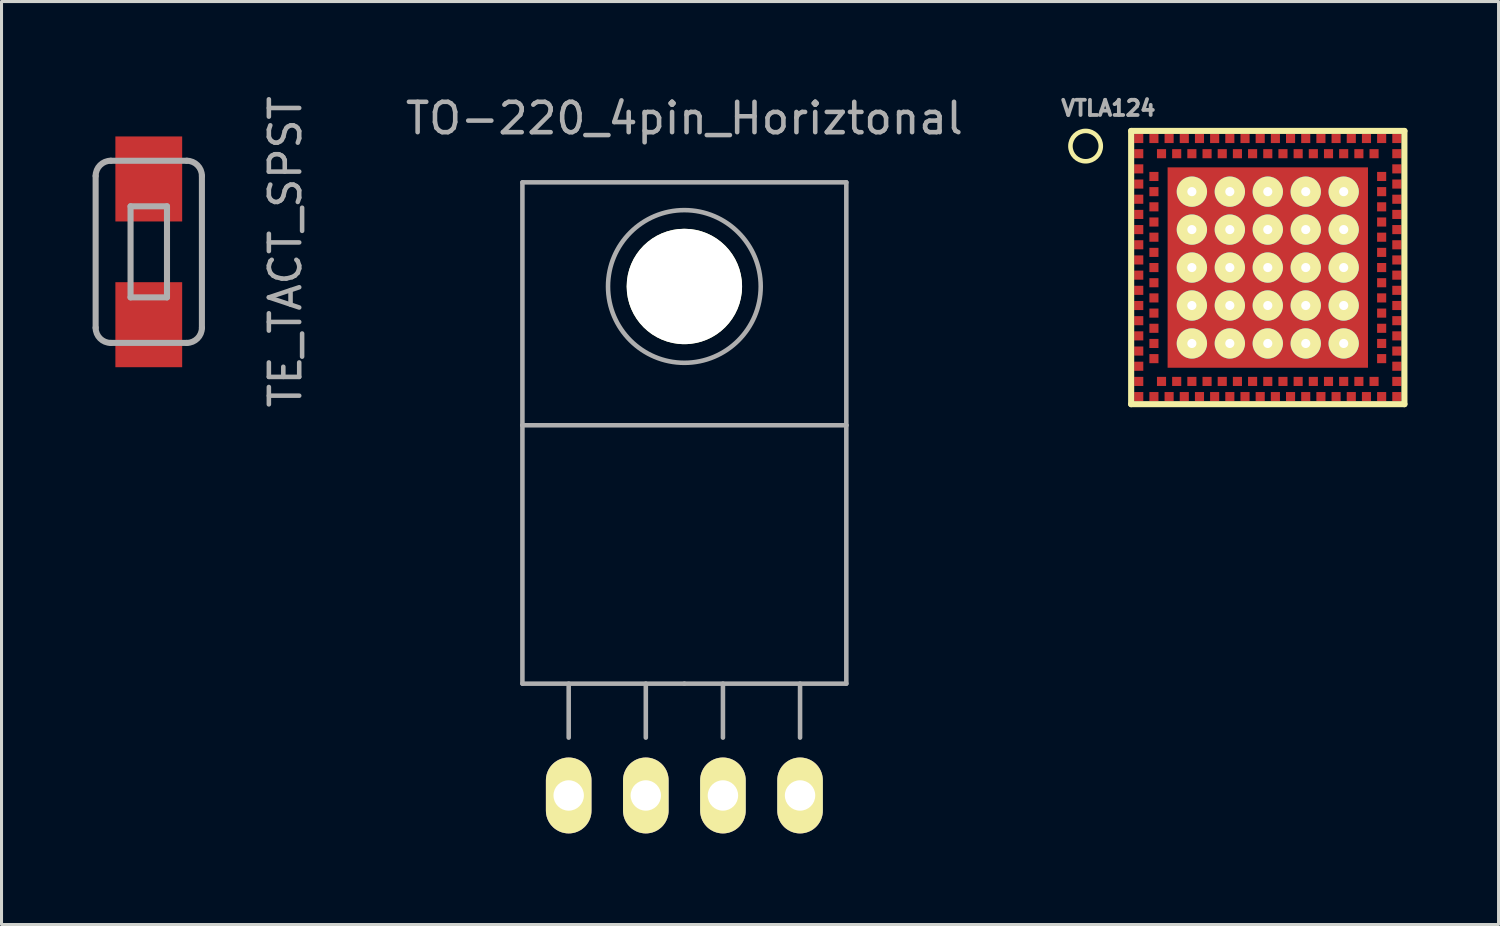
<source format=kicad_pcb>
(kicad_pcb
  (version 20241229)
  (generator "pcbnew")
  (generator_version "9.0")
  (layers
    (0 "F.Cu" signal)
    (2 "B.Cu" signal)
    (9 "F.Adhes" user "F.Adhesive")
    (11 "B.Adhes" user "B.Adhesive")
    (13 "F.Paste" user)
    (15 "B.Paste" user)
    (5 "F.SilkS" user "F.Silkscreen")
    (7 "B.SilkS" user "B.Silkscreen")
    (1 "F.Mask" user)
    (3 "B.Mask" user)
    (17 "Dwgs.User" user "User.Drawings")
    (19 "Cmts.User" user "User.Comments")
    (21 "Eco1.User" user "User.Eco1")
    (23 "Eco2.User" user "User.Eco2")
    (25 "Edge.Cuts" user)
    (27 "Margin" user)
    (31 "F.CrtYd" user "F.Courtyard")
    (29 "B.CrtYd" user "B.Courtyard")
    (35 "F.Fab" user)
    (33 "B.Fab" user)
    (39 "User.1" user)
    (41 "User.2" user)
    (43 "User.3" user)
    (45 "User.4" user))
  (footprint "TO-220_4pin_Horiztonal"
    (layer "F.Cu")
    (at 19.49 23.149)
    (property "Reference" "TO-220_4pin_Horiztonal" (at 0 -22.301 0) (layer "F.Fab") (effects (font (size 1 1) (thickness 0.15))))
    (attr through_hole)
    (fp_line (start -5.334 -20.193) (end -5.334 -12.192) (stroke (width 0.15) (type solid)) (layer "F.Fab"))
    (fp_line (start -5.334 -12.192) (end -5.334 -3.683) (stroke (width 0.15) (type solid)) (layer "F.Fab"))
    (fp_line (start -3.81 -3.683) (end -3.81 -1.905) (stroke (width 0.15) (type solid)) (layer "F.Fab"))
    (fp_line (start -1.27 -3.683) (end -1.27 -1.905) (stroke (width 0.15) (type solid)) (layer "F.Fab"))
    (fp_line (start 0 -3.683) (end -5.334 -3.683) (stroke (width 0.15) (type solid)) (layer "F.Fab"))
    (fp_line (start 0 -3.683) (end 5.334 -3.683) (stroke (width 0.15) (type solid)) (layer "F.Fab"))
    (fp_line (start 1.27 -3.683) (end 1.27 -1.905) (stroke (width 0.15) (type solid)) (layer "F.Fab"))
    (fp_line (start 3.81 -3.683) (end 3.81 -1.905) (stroke (width 0.15) (type solid)) (layer "F.Fab"))
    (fp_line (start 5.334 -20.193) (end -5.334 -20.193) (stroke (width 0.15) (type solid)) (layer "F.Fab"))
    (fp_line (start 5.334 -12.192) (end -5.334 -12.192) (stroke (width 0.15) (type solid)) (layer "F.Fab"))
    (fp_line (start 5.334 -12.192) (end 5.334 -20.193) (stroke (width 0.15) (type solid)) (layer "F.Fab"))
    (fp_line (start 5.334 -3.683) (end 5.334 -12.192) (stroke (width 0.15) (type solid)) (layer "F.Fab"))
    (fp_circle (center 0 -16.764) (end 1.778 -14.986) (stroke (width 0.15) (type solid)) (fill no) (layer "F.Fab"))
    (pad "" np_thru_hole circle (at 0 -16.764 90) (size 3.8 3.8) (drill 3.8) (layers "*.Cu" "*.Mask" "F.SilkS"))
    (pad "1" thru_hole oval (at -3.81 0 90) (size 2.499 1.501) (drill 1.001) (layers "*.Cu" "*.Mask" "F.SilkS"))
    (pad "2" thru_hole oval (at -1.27 0 90) (size 2.499 1.501) (drill 1.001) (layers "*.Cu" "*.Mask" "F.SilkS"))
    (pad "3" thru_hole oval (at 1.27 0 90) (size 2.499 1.501) (drill 1.001) (layers "*.Cu" "*.Mask" "F.SilkS"))
    (pad "4" thru_hole oval (at 3.81 0 90) (size 2.499 1.501) (drill 1.001) (layers "*.Cu" "*.Mask" "F.SilkS")))
  (footprint "TE_TACT_SPST"
    (layer "F.Cu")
    (at 1.85 5.244)
    (property "Reference" "TE_TACT_SPST" (at 4.5 0 270) (layer "F.Fab") (effects (font (size 1 1) (thickness 0.15))))
    (attr through_hole)
    (fp_line (start -1.75 -2.5) (end -1.75 2.5) (stroke (width 0.2) (type solid)) (layer "F.Fab"))
    (fp_line (start -0.6 -1.5) (end -0.6 1.5) (stroke (width 0.2) (type solid)) (layer "F.Fab"))
    (fp_line (start 0.6 -1.5) (end -0.6 -1.5) (stroke (width 0.2) (type solid)) (layer "F.Fab"))
    (fp_line (start 0.6 -1.5) (end 0.6 1.5) (stroke (width 0.2) (type solid)) (layer "F.Fab"))
    (fp_line (start 0.6 1.5) (end -0.6 1.5) (stroke (width 0.2) (type solid)) (layer "F.Fab"))
    (fp_line (start 1.25 -3) (end -1.25 -3) (stroke (width 0.2) (type solid)) (layer "F.Fab"))
    (fp_line (start 1.25 3) (end -1.25 3) (stroke (width 0.2) (type solid)) (layer "F.Fab"))
    (fp_line (start 1.75 -2.5) (end 1.75 2.5) (stroke (width 0.2) (type solid)) (layer "F.Fab"))
    (fp_arc (start -1.75 -2.5) (mid -1.603553 -2.853553) (end -1.25 -3) (stroke (width 0.2) (type solid)) (layer "F.Fab"))
    (fp_arc (start -1.25 3) (mid -1.603553 2.853553) (end -1.75 2.5) (stroke (width 0.2) (type solid)) (layer "F.Fab"))
    (fp_arc (start 1.25 -3) (mid 1.603553 -2.853553) (end 1.75 -2.5) (stroke (width 0.2) (type solid)) (layer "F.Fab"))
    (fp_arc (start 1.75 2.5) (mid 1.603553 2.853553) (end 1.25 3) (stroke (width 0.2) (type solid)) (layer "F.Fab"))
    (pad "1" smd rect (at 0 -2.4 270) (size 2.8 2.2) (layers "F.Cu" "F.Mask" "F.Paste"))
    (pad "2" smd rect (at 0 2.4 270) (size 2.8 2.2) (layers "F.Cu" "F.Mask" "F.Paste")))
  (footprint "VTLA124"
    (layer "F.Cu")
    (at 38.705 5.762)
    (property "Reference" "VTLA124" (at -5.25 -5.25 0) (layer "F.Fab") (effects (font (size 0.5 0.5) (thickness 0.125))))
    (attr through_hole)
    (fp_line (start -4.5 -4.5) (end -4.5 4.5) (stroke (width 0.2) (type solid)) (layer "F.SilkS"))
    (fp_line (start -4.5 4.5) (end 4.5 4.5) (stroke (width 0.2) (type solid)) (layer "F.SilkS"))
    (fp_line (start 4.5 -4.5) (end -4.5 -4.5) (stroke (width 0.2) (type solid)) (layer "F.SilkS"))
    (fp_line (start 4.5 4.5) (end 4.5 -4.5) (stroke (width 0.2) (type solid)) (layer "F.SilkS"))
    (fp_circle (center -6 -4) (end -5.5 -4) (stroke (width 0.15) (type solid)) (fill no) (layer "F.SilkS"))
    (pad "A1" smd rect (at -4.25 -3.75) (size 0.3 0.3) (layers "F.Cu" "F.Mask" "F.Paste"))
    (pad "A2" smd rect (at -4.25 -3.25) (size 0.3 0.3) (layers "F.Cu" "F.Mask" "F.Paste"))
    (pad "A3" smd rect (at -4.25 -2.75) (size 0.3 0.3) (layers "F.Cu" "F.Mask" "F.Paste"))
    (pad "A4" smd rect (at -4.25 -2.25) (size 0.3 0.3) (layers "F.Cu" "F.Mask" "F.Paste"))
    (pad "A5" smd rect (at -4.25 -1.75) (size 0.3 0.3) (layers "F.Cu" "F.Mask" "F.Paste"))
    (pad "A6" smd rect (at -4.25 -1.25) (size 0.3 0.3) (layers "F.Cu" "F.Mask" "F.Paste"))
    (pad "A7" smd rect (at -4.25 -0.75) (size 0.3 0.3) (layers "F.Cu" "F.Mask" "F.Paste"))
    (pad "A8" smd rect (at -4.25 -0.25) (size 0.3 0.3) (layers "F.Cu" "F.Mask" "F.Paste"))
    (pad "A9" smd rect (at -4.25 0.25) (size 0.3 0.3) (layers "F.Cu" "F.Mask" "F.Paste"))
    (pad "A10" smd rect (at -4.25 0.75) (size 0.3 0.3) (layers "F.Cu" "F.Mask" "F.Paste"))
    (pad "A11" smd rect (at -4.25 1.25) (size 0.3 0.3) (layers "F.Cu" "F.Mask" "F.Paste"))
    (pad "A12" smd rect (at -4.25 1.75) (size 0.3 0.3) (layers "F.Cu" "F.Mask" "F.Paste"))
    (pad "A13" smd rect (at -4.25 2.25) (size 0.3 0.3) (layers "F.Cu" "F.Mask" "F.Paste"))
    (pad "A14" smd rect (at -4.25 2.75) (size 0.3 0.3) (layers "F.Cu" "F.Mask" "F.Paste"))
    (pad "A15" smd rect (at -4.25 3.25) (size 0.3 0.3) (layers "F.Cu" "F.Mask" "F.Paste"))
    (pad "A16" smd rect (at -4.25 3.75) (size 0.3 0.3) (layers "F.Cu" "F.Mask" "F.Paste"))
    (pad "A17" smd rect (at -4.25 4.25) (size 0.3 0.3) (layers "F.Cu" "F.Mask" "F.Paste"))
    (pad "A18" smd rect (at -3.75 4.25) (size 0.3 0.3) (layers "F.Cu" "F.Mask" "F.Paste"))
    (pad "A19" smd rect (at -3.25 4.25) (size 0.3 0.3) (layers "F.Cu" "F.Mask" "F.Paste"))
    (pad "A20" smd rect (at -2.75 4.25) (size 0.3 0.3) (layers "F.Cu" "F.Mask" "F.Paste"))
    (pad "A21" smd rect (at -2.25 4.25) (size 0.3 0.3) (layers "F.Cu" "F.Mask" "F.Paste"))
    (pad "A22" smd rect (at -1.75 4.25) (size 0.3 0.3) (layers "F.Cu" "F.Mask" "F.Paste"))
    (pad "A23" smd rect (at -1.25 4.25) (size 0.3 0.3) (layers "F.Cu" "F.Mask" "F.Paste"))
    (pad "A24" smd rect (at -0.75 4.25) (size 0.3 0.3) (layers "F.Cu" "F.Mask" "F.Paste"))
    (pad "A25" smd rect (at -0.25 4.25) (size 0.3 0.3) (layers "F.Cu" "F.Mask" "F.Paste"))
    (pad "A26" smd rect (at 0.25 4.25) (size 0.3 0.3) (layers "F.Cu" "F.Mask" "F.Paste"))
    (pad "A27" smd rect (at 0.75 4.25) (size 0.3 0.3) (layers "F.Cu" "F.Mask" "F.Paste"))
    (pad "A28" smd rect (at 1.25 4.25) (size 0.3 0.3) (layers "F.Cu" "F.Mask" "F.Paste"))
    (pad "A29" smd rect (at 1.75 4.25) (size 0.3 0.3) (layers "F.Cu" "F.Mask" "F.Paste"))
    (pad "A30" smd rect (at 2.25 4.25) (size 0.3 0.3) (layers "F.Cu" "F.Mask" "F.Paste"))
    (pad "A31" smd rect (at 2.75 4.25) (size 0.3 0.3) (layers "F.Cu" "F.Mask" "F.Paste"))
    (pad "A32" smd rect (at 3.25 4.25) (size 0.3 0.3) (layers "F.Cu" "F.Mask" "F.Paste"))
    (pad "A33" smd rect (at 3.75 4.25) (size 0.3 0.3) (layers "F.Cu" "F.Mask" "F.Paste"))
    (pad "A34" smd rect (at 4.25 4.25) (size 0.3 0.3) (layers "F.Cu" "F.Mask" "F.Paste"))
    (pad "A35" smd rect (at 4.25 3.75) (size 0.3 0.3) (layers "F.Cu" "F.Mask" "F.Paste"))
    (pad "A36" smd rect (at 4.25 3.25) (size 0.3 0.3) (layers "F.Cu" "F.Mask" "F.Paste"))
    (pad "A37" smd rect (at 4.25 2.75) (size 0.3 0.3) (layers "F.Cu" "F.Mask" "F.Paste"))
    (pad "A38" smd rect (at 4.25 2.25) (size 0.3 0.3) (layers "F.Cu" "F.Mask" "F.Paste"))
    (pad "A39" smd rect (at 4.25 1.75) (size 0.3 0.3) (layers "F.Cu" "F.Mask" "F.Paste"))
    (pad "A40" smd rect (at 4.25 1.25) (size 0.3 0.3) (layers "F.Cu" "F.Mask" "F.Paste"))
    (pad "A41" smd rect (at 4.25 0.75) (size 0.3 0.3) (layers "F.Cu" "F.Mask" "F.Paste"))
    (pad "A42" smd rect (at 4.25 0.25) (size 0.3 0.3) (layers "F.Cu" "F.Mask" "F.Paste"))
    (pad "A43" smd rect (at 4.25 -0.25) (size 0.3 0.3) (layers "F.Cu" "F.Mask" "F.Paste"))
    (pad "A44" smd rect (at 4.25 -0.75) (size 0.3 0.3) (layers "F.Cu" "F.Mask" "F.Paste"))
    (pad "A45" smd rect (at 4.25 -1.25) (size 0.3 0.3) (layers "F.Cu" "F.Mask" "F.Paste"))
    (pad "A46" smd rect (at 4.25 -1.75) (size 0.3 0.3) (layers "F.Cu" "F.Mask" "F.Paste"))
    (pad "A47" smd rect (at 4.25 -2.25) (size 0.3 0.3) (layers "F.Cu" "F.Mask" "F.Paste"))
    (pad "A48" smd rect (at 4.25 -2.75) (size 0.3 0.3) (layers "F.Cu" "F.Mask" "F.Paste"))
    (pad "A49" smd rect (at 4.25 -3.25) (size 0.3 0.3) (layers "F.Cu" "F.Mask" "F.Paste"))
    (pad "A50" smd rect (at 4.25 -3.75) (size 0.3 0.3) (layers "F.Cu" "F.Mask" "F.Paste"))
    (pad "A51" smd rect (at 4.25 -4.25) (size 0.3 0.3) (layers "F.Cu" "F.Mask" "F.Paste"))
    (pad "A52" smd rect (at 3.75 -4.25) (size 0.3 0.3) (layers "F.Cu" "F.Mask" "F.Paste"))
    (pad "A53" smd rect (at 3.25 -4.25) (size 0.3 0.3) (layers "F.Cu" "F.Mask" "F.Paste"))
    (pad "A54" smd rect (at 2.75 -4.25) (size 0.3 0.3) (layers "F.Cu" "F.Mask" "F.Paste"))
    (pad "A55" smd rect (at 2.25 -4.25) (size 0.3 0.3) (layers "F.Cu" "F.Mask" "F.Paste"))
    (pad "A56" smd rect (at 1.75 -4.25) (size 0.3 0.3) (layers "F.Cu" "F.Mask" "F.Paste"))
    (pad "A57" smd rect (at 1.25 -4.25) (size 0.3 0.3) (layers "F.Cu" "F.Mask" "F.Paste"))
    (pad "A58" smd rect (at 0.75 -4.25) (size 0.3 0.3) (layers "F.Cu" "F.Mask" "F.Paste"))
    (pad "A59" smd rect (at 0.25 -4.25) (size 0.3 0.3) (layers "F.Cu" "F.Mask" "F.Paste"))
    (pad "A60" smd rect (at -0.25 -4.25) (size 0.3 0.3) (layers "F.Cu" "F.Mask" "F.Paste"))
    (pad "A61" smd rect (at -0.75 -4.25) (size 0.3 0.3) (layers "F.Cu" "F.Mask" "F.Paste"))
    (pad "A62" smd rect (at -1.25 -4.25) (size 0.3 0.3) (layers "F.Cu" "F.Mask" "F.Paste"))
    (pad "A63" smd rect (at -1.75 -4.25) (size 0.3 0.3) (layers "F.Cu" "F.Mask" "F.Paste"))
    (pad "A64" smd rect (at -2.25 -4.25) (size 0.3 0.3) (layers "F.Cu" "F.Mask" "F.Paste"))
    (pad "A65" smd rect (at -2.75 -4.25) (size 0.3 0.3) (layers "F.Cu" "F.Mask" "F.Paste"))
    (pad "A66" smd rect (at -3.25 -4.25) (size 0.3 0.3) (layers "F.Cu" "F.Mask" "F.Paste"))
    (pad "A67" smd rect (at -3.75 -4.25) (size 0.3 0.3) (layers "F.Cu" "F.Mask" "F.Paste"))
    (pad "A68" smd rect (at -4.25 -4.25) (size 0.3 0.3) (layers "F.Cu" "F.Mask" "F.Paste"))
    (pad "B1" smd rect (at -3.75 -3) (size 0.3 0.3) (layers "F.Cu" "F.Mask" "F.Paste"))
    (pad "B2" smd rect (at -3.75 -2.5) (size 0.3 0.3) (layers "F.Cu" "F.Mask" "F.Paste"))
    (pad "B3" smd rect (at -3.75 -2) (size 0.3 0.3) (layers "F.Cu" "F.Mask" "F.Paste"))
    (pad "B4" smd rect (at -3.75 -1.5) (size 0.3 0.3) (layers "F.Cu" "F.Mask" "F.Paste"))
    (pad "B5" smd rect (at -3.75 -1) (size 0.3 0.3) (layers "F.Cu" "F.Mask" "F.Paste"))
    (pad "B6" smd rect (at -3.75 -0.5) (size 0.3 0.3) (layers "F.Cu" "F.Mask" "F.Paste"))
    (pad "B7" smd rect (at -3.75 0) (size 0.3 0.3) (layers "F.Cu" "F.Mask" "F.Paste"))
    (pad "B8" smd rect (at -3.75 0.5) (size 0.3 0.3) (layers "F.Cu" "F.Mask" "F.Paste"))
    (pad "B9" smd rect (at -3.75 1) (size 0.3 0.3) (layers "F.Cu" "F.Mask" "F.Paste"))
    (pad "B10" smd rect (at -3.75 1.5) (size 0.3 0.3) (layers "F.Cu" "F.Mask" "F.Paste"))
    (pad "B11" smd rect (at -3.75 2) (size 0.3 0.3) (layers "F.Cu" "F.Mask" "F.Paste"))
    (pad "B12" smd rect (at -3.75 2.5) (size 0.3 0.3) (layers "F.Cu" "F.Mask" "F.Paste"))
    (pad "B13" smd rect (at -3.75 3) (size 0.3 0.3) (layers "F.Cu" "F.Mask" "F.Paste"))
    (pad "B14" smd rect (at -3.5 3.75) (size 0.3 0.3) (layers "F.Cu" "F.Mask" "F.Paste"))
    (pad "B15" smd rect (at -3 3.75) (size 0.3 0.3) (layers "F.Cu" "F.Mask" "F.Paste"))
    (pad "B16" smd rect (at -2.5 3.75) (size 0.3 0.3) (layers "F.Cu" "F.Mask" "F.Paste"))
    (pad "B17" smd rect (at -2 3.75) (size 0.3 0.3) (layers "F.Cu" "F.Mask" "F.Paste"))
    (pad "B18" smd rect (at -1.5 3.75) (size 0.3 0.3) (layers "F.Cu" "F.Mask" "F.Paste"))
    (pad "B19" smd rect (at -1 3.75) (size 0.3 0.3) (layers "F.Cu" "F.Mask" "F.Paste"))
    (pad "B20" smd rect (at -0.5 3.75) (size 0.3 0.3) (layers "F.Cu" "F.Mask" "F.Paste"))
    (pad "B21" smd rect (at 0 3.75) (size 0.3 0.3) (layers "F.Cu" "F.Mask" "F.Paste"))
    (pad "B22" smd rect (at 0.5 3.75) (size 0.3 0.3) (layers "F.Cu" "F.Mask" "F.Paste"))
    (pad "B23" smd rect (at 1 3.75) (size 0.3 0.3) (layers "F.Cu" "F.Mask" "F.Paste"))
    (pad "B24" smd rect (at 1.5 3.75) (size 0.3 0.3) (layers "F.Cu" "F.Mask" "F.Paste"))
    (pad "B25" smd rect (at 2 3.75) (size 0.3 0.3) (layers "F.Cu" "F.Mask" "F.Paste"))
    (pad "B26" smd rect (at 2.5 3.75) (size 0.3 0.3) (layers "F.Cu" "F.Mask" "F.Paste"))
    (pad "B27" smd rect (at 3 3.75) (size 0.3 0.3) (layers "F.Cu" "F.Mask" "F.Paste"))
    (pad "B28" smd rect (at 3.5 3.75) (size 0.3 0.3) (layers "F.Cu" "F.Mask" "F.Paste"))
    (pad "B29" smd rect (at 3.75 3) (size 0.3 0.3) (layers "F.Cu" "F.Mask" "F.Paste"))
    (pad "B30" smd rect (at 3.75 2.5) (size 0.3 0.3) (layers "F.Cu" "F.Mask" "F.Paste"))
    (pad "B31" smd rect (at 3.75 2) (size 0.3 0.3) (layers "F.Cu" "F.Mask" "F.Paste"))
    (pad "B32" smd rect (at 3.75 1.5) (size 0.3 0.3) (layers "F.Cu" "F.Mask" "F.Paste"))
    (pad "B33" smd rect (at 3.75 1) (size 0.3 0.3) (layers "F.Cu" "F.Mask" "F.Paste"))
    (pad "B34" smd rect (at 3.75 0.5) (size 0.3 0.3) (layers "F.Cu" "F.Mask" "F.Paste"))
    (pad "B35" smd rect (at 3.75 0) (size 0.3 0.3) (layers "F.Cu" "F.Mask" "F.Paste"))
    (pad "B36" smd rect (at 3.75 -0.5) (size 0.3 0.3) (layers "F.Cu" "F.Mask" "F.Paste"))
    (pad "B37" smd rect (at 3.75 -1) (size 0.3 0.3) (layers "F.Cu" "F.Mask" "F.Paste"))
    (pad "B38" smd rect (at 3.75 -1.5) (size 0.3 0.3) (layers "F.Cu" "F.Mask" "F.Paste"))
    (pad "B39" smd rect (at 3.75 -2) (size 0.3 0.3) (layers "F.Cu" "F.Mask" "F.Paste"))
    (pad "B40" smd rect (at 3.75 -2.5) (size 0.3 0.3) (layers "F.Cu" "F.Mask" "F.Paste"))
    (pad "B41" smd rect (at 3.75 -3) (size 0.3 0.3) (layers "F.Cu" "F.Mask" "F.Paste"))
    (pad "B42" smd rect (at 3.5 -3.75) (size 0.3 0.3) (layers "F.Cu" "F.Mask" "F.Paste"))
    (pad "B43" smd rect (at 3 -3.75) (size 0.3 0.3) (layers "F.Cu" "F.Mask" "F.Paste"))
    (pad "B44" smd rect (at 2.5 -3.75) (size 0.3 0.3) (layers "F.Cu" "F.Mask" "F.Paste"))
    (pad "B45" smd rect (at 2 -3.75) (size 0.3 0.3) (layers "F.Cu" "F.Mask" "F.Paste"))
    (pad "B46" smd rect (at 1.5 -3.75) (size 0.3 0.3) (layers "F.Cu" "F.Mask" "F.Paste"))
    (pad "B47" smd rect (at 1 -3.75) (size 0.3 0.3) (layers "F.Cu" "F.Mask" "F.Paste"))
    (pad "B48" smd rect (at 0.5 -3.75) (size 0.3 0.3) (layers "F.Cu" "F.Mask" "F.Paste"))
    (pad "B49" smd rect (at 0 -3.75) (size 0.3 0.3) (layers "F.Cu" "F.Mask" "F.Paste"))
    (pad "B50" smd rect (at -0.5 -3.75) (size 0.3 0.3) (layers "F.Cu" "F.Mask" "F.Paste"))
    (pad "B51" smd rect (at -1 -3.75) (size 0.3 0.3) (layers "F.Cu" "F.Mask" "F.Paste"))
    (pad "B52" smd rect (at -1.5 -3.75) (size 0.3 0.3) (layers "F.Cu" "F.Mask" "F.Paste"))
    (pad "B53" smd rect (at -2 -3.75) (size 0.3 0.3) (layers "F.Cu" "F.Mask" "F.Paste"))
    (pad "B54" smd rect (at -2.5 -3.75) (size 0.3 0.3) (layers "F.Cu" "F.Mask" "F.Paste"))
    (pad "B55" smd rect (at -3 -3.75) (size 0.3 0.3) (layers "F.Cu" "F.Mask" "F.Paste"))
    (pad "B56" smd rect (at -3.5 -3.75) (size 0.3 0.3) (layers "F.Cu" "F.Mask" "F.Paste"))
    (pad "EP" smd rect (at 0 0) (size 6.6 6.6) (layers "F.Cu" "F.Mask"))
    (pad "T" thru_hole circle (at -2.5 -2.5) (size 1 1) (drill 0.3) (layers "*.Cu" "F.Mask" "F.SilkS"))
    (pad "T" thru_hole circle (at -2.5 -1.25) (size 1 1) (drill 0.3) (layers "*.Cu" "F.Mask" "F.SilkS"))
    (pad "T" thru_hole circle (at -2.5 0) (size 1 1) (drill 0.3) (layers "*.Cu" "F.Mask" "F.SilkS"))
    (pad "T" thru_hole circle (at -2.5 1.25) (size 1 1) (drill 0.3) (layers "*.Cu" "F.Mask" "F.SilkS"))
    (pad "T" thru_hole circle (at -2.5 2.5) (size 1 1) (drill 0.3) (layers "*.Cu" "F.Mask" "F.SilkS"))
    (pad "T" thru_hole circle (at -1.25 -2.5) (size 1 1) (drill 0.3) (layers "*.Cu" "F.Mask" "F.SilkS"))
    (pad "T" thru_hole circle (at -1.25 -1.25) (size 1 1) (drill 0.3) (layers "*.Cu" "F.Mask" "F.SilkS"))
    (pad "T" thru_hole circle (at -1.25 0) (size 1 1) (drill 0.3) (layers "*.Cu" "F.Mask" "F.SilkS"))
    (pad "T" thru_hole circle (at -1.25 1.25) (size 1 1) (drill 0.3) (layers "*.Cu" "F.Mask" "F.SilkS"))
    (pad "T" thru_hole circle (at -1.25 2.5) (size 1 1) (drill 0.3) (layers "*.Cu" "F.Mask" "F.SilkS"))
    (pad "T" thru_hole circle (at 0 -2.5) (size 1 1) (drill 0.3) (layers "*.Cu" "F.Mask" "F.SilkS"))
    (pad "T" thru_hole circle (at 0 -1.25) (size 1 1) (drill 0.3) (layers "*.Cu" "F.Mask" "F.SilkS"))
    (pad "T" thru_hole circle (at 0 0) (size 1 1) (drill 0.3) (layers "*.Cu" "F.Mask" "F.SilkS"))
    (pad "T" thru_hole circle (at 0 1.25) (size 1 1) (drill 0.3) (layers "*.Cu" "F.Mask" "F.SilkS"))
    (pad "T" thru_hole circle (at 0 2.5) (size 1 1) (drill 0.3) (layers "*.Cu" "F.Mask" "F.SilkS"))
    (pad "T" thru_hole circle (at 1.25 -2.5) (size 1 1) (drill 0.3) (layers "*.Cu" "F.Mask" "F.SilkS"))
    (pad "T" thru_hole circle (at 1.25 -1.25) (size 1 1) (drill 0.3) (layers "*.Cu" "F.Mask" "F.SilkS"))
    (pad "T" thru_hole circle (at 1.25 0) (size 1 1) (drill 0.3) (layers "*.Cu" "F.Mask" "F.SilkS"))
    (pad "T" thru_hole circle (at 1.25 1.25) (size 1 1) (drill 0.3) (layers "*.Cu" "F.Mask" "F.SilkS"))
    (pad "T" thru_hole circle (at 1.25 2.5) (size 1 1) (drill 0.3) (layers "*.Cu" "F.Mask" "F.SilkS"))
    (pad "T" thru_hole circle (at 2.5 -2.5) (size 1 1) (drill 0.3) (layers "*.Cu" "F.Mask" "F.SilkS"))
    (pad "T" thru_hole circle (at 2.5 -1.25) (size 1 1) (drill 0.3) (layers "*.Cu" "F.Mask" "F.SilkS"))
    (pad "T" thru_hole circle (at 2.5 0) (size 1 1) (drill 0.3) (layers "*.Cu" "F.Mask" "F.SilkS"))
    (pad "T" thru_hole circle (at 2.5 1.25) (size 1 1) (drill 0.3) (layers "*.Cu" "F.Mask" "F.SilkS"))
    (pad "T" thru_hole circle (at 2.5 2.5) (size 1 1) (drill 0.3) (layers "*.Cu" "F.Mask" "F.SilkS")))
  (gr_rect
    (start -3 -3)
    (end 46.305 27.399)
    (stroke (width 0.1) (type default))
    (fill no)
    (layer "Edge.Cuts")))
</source>
